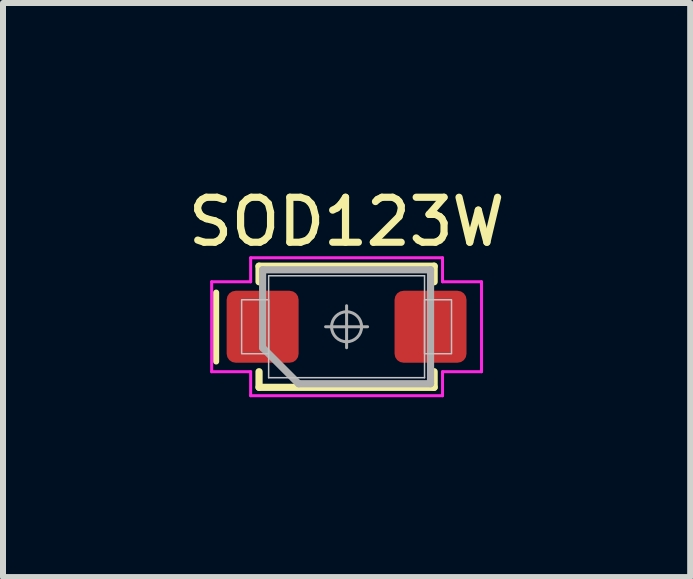
<source format=kicad_pcb>
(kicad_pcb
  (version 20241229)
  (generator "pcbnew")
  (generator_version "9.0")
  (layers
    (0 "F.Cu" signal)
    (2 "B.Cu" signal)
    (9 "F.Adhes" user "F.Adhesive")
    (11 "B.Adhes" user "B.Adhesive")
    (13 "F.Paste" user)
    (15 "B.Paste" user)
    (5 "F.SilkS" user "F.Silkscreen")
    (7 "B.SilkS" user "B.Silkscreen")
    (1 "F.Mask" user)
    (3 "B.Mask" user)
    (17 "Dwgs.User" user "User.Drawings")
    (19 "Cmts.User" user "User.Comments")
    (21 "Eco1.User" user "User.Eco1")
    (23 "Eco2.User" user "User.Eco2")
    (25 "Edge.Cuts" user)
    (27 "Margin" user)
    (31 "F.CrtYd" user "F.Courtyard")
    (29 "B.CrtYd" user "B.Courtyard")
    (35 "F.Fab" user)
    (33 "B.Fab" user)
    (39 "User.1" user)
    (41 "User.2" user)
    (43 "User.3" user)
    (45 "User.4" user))
  (footprint "SOD123W"
    (layer "F.Cu")
    (at 2.73 2.399)
    (property "Reference" "SOD123W" (at 0 -1.75 0) (layer "F.SilkS") (effects (font (size 0.75 0.75) (thickness 0.12))))
    (attr smd)
    (fp_line (start -2.175 -0.57) (end -2.175 0.58) (stroke (width 0.1) (type solid)) (layer "F.SilkS"))
    (fp_line (start -1.46 -0.75) (end -1.46 -1.01) (stroke (width 0.12) (type solid)) (layer "F.SilkS"))
    (fp_line (start -1.46 1.01) (end -1.46 0.75) (stroke (width 0.12) (type solid)) (layer "F.SilkS"))
    (fp_line (start 1.46 -1.01) (end -1.46 -1.01) (stroke (width 0.12) (type solid)) (layer "F.SilkS"))
    (fp_line (start 1.46 -0.75) (end 1.46 -1.01) (stroke (width 0.12) (type solid)) (layer "F.SilkS"))
    (fp_line (start 1.46 1.01) (end -1.46 1.01) (stroke (width 0.12) (type solid)) (layer "F.SilkS"))
    (fp_line (start 1.46 1.01) (end 1.46 0.75) (stroke (width 0.12) (type solid)) (layer "F.SilkS"))
    (fp_line (start -1.3 -0.85) (end 1.3 -0.85) (stroke (width 0.025) (type solid)) (layer "Dwgs.User"))
    (fp_line (start -1.3 0.85) (end -1.3 -0.85) (stroke (width 0.025) (type solid)) (layer "Dwgs.User"))
    (fp_line (start 1.3 -0.85) (end 1.3 0.85) (stroke (width 0.025) (type solid)) (layer "Dwgs.User"))
    (fp_line (start 1.3 0.85) (end -1.3 0.85) (stroke (width 0.025) (type solid)) (layer "Dwgs.User"))
    (fp_rect (start -1.75 -0.45) (end -1.3 0.45) (stroke (width 0.025) (type solid)) (fill no) (layer "Dwgs.User"))
    (fp_rect (start 1.3 -0.45) (end 1.75 0.45) (stroke (width 0.025) (type solid)) (fill no) (layer "Dwgs.User"))
    (fp_line (start -2.25 -0.75) (end -2.25 0.75) (stroke (width 0.05) (type default)) (layer "F.CrtYd"))
    (fp_line (start -1.6 -1.15) (end -1.6 -0.75) (stroke (width 0.05) (type solid)) (layer "F.CrtYd"))
    (fp_line (start -1.6 -0.75) (end -2.25 -0.75) (stroke (width 0.05) (type solid)) (layer "F.CrtYd"))
    (fp_line (start -1.6 0.75) (end -2.25 0.75) (stroke (width 0.05) (type solid)) (layer "F.CrtYd"))
    (fp_line (start -1.6 1.15) (end -1.6 0.75) (stroke (width 0.05) (type solid)) (layer "F.CrtYd"))
    (fp_line (start -1.6 1.15) (end 1.6 1.15) (stroke (width 0.05) (type solid)) (layer "F.CrtYd"))
    (fp_line (start 1.6 -1.15) (end -1.6 -1.15) (stroke (width 0.05) (type solid)) (layer "F.CrtYd"))
    (fp_line (start 1.6 -1.15) (end 1.6 -0.75) (stroke (width 0.05) (type solid)) (layer "F.CrtYd"))
    (fp_line (start 1.6 -0.75) (end 2.25 -0.75) (stroke (width 0.05) (type solid)) (layer "F.CrtYd"))
    (fp_line (start 1.6 0.75) (end 2.25 0.75) (stroke (width 0.05) (type solid)) (layer "F.CrtYd"))
    (fp_line (start 1.6 1.15) (end 1.6 0.75) (stroke (width 0.05) (type solid)) (layer "F.CrtYd"))
    (fp_line (start 2.25 -0.75) (end 2.25 0.75) (stroke (width 0.05) (type default)) (layer "F.CrtYd"))
    (fp_line (start -1.4 -0.95) (end -1.4 0.35) (stroke (width 0.12) (type solid)) (layer "F.Fab"))
    (fp_line (start -1.4 0.35) (end -0.8 0.95) (stroke (width 0.12) (type solid)) (layer "F.Fab"))
    (fp_line (start -0.8 0.95) (end 1.4 0.95) (stroke (width 0.12) (type solid)) (layer "F.Fab"))
    (fp_line (start 0 -0.35) (end 0 0.35) (stroke (width 0.05) (type solid)) (layer "F.Fab"))
    (fp_line (start 0.35 0) (end -0.35 0) (stroke (width 0.05) (type solid)) (layer "F.Fab"))
    (fp_line (start 1.4 -0.95) (end -1.4 -0.95) (stroke (width 0.12) (type solid)) (layer "F.Fab"))
    (fp_line (start 1.4 0.95) (end 1.4 -0.95) (stroke (width 0.12) (type solid)) (layer "F.Fab"))
    (fp_circle (center 0 0) (end 0.25 0) (stroke (width 0.05) (type solid)) (fill no) (layer "F.Fab"))
    (pad "1" smd roundrect (at -1.4 0) (size 1.2 1.2) (layers "F.Cu" "F.Mask" "F.Paste") (roundrect_rratio 0.125))
    (pad "2" smd roundrect (at 1.4 0) (size 1.2 1.2) (layers "F.Cu" "F.Mask" "F.Paste") (roundrect_rratio 0.125)))
  (gr_rect
    (start -3 -3)
    (end 8.46 6.574)
    (stroke (width 0.1) (type default))
    (fill no)
    (layer "Edge.Cuts")))
</source>
